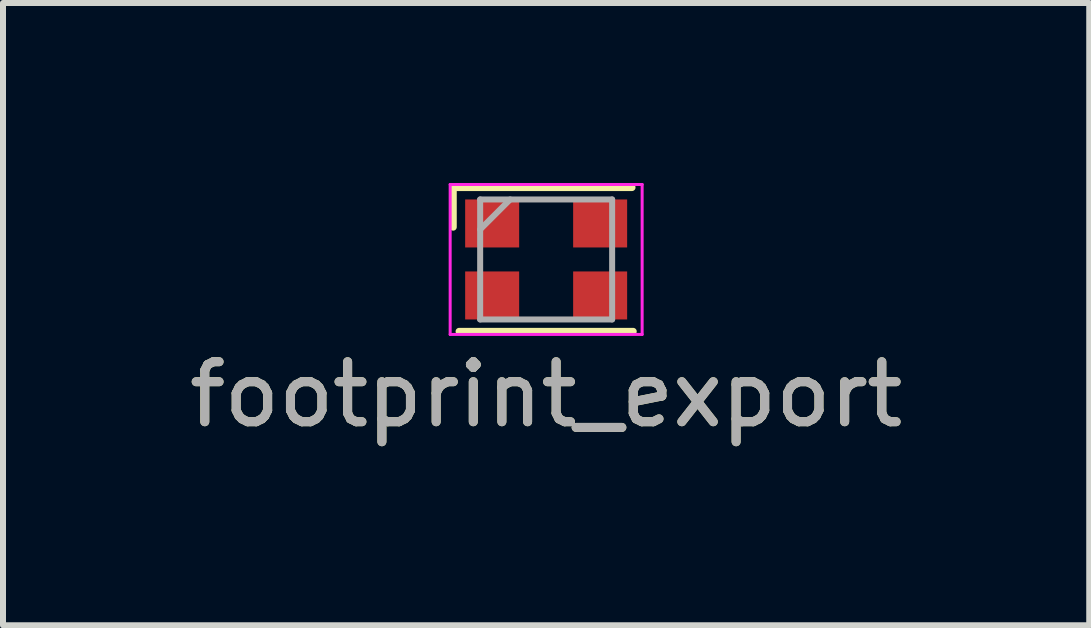
<source format=kicad_pcb>
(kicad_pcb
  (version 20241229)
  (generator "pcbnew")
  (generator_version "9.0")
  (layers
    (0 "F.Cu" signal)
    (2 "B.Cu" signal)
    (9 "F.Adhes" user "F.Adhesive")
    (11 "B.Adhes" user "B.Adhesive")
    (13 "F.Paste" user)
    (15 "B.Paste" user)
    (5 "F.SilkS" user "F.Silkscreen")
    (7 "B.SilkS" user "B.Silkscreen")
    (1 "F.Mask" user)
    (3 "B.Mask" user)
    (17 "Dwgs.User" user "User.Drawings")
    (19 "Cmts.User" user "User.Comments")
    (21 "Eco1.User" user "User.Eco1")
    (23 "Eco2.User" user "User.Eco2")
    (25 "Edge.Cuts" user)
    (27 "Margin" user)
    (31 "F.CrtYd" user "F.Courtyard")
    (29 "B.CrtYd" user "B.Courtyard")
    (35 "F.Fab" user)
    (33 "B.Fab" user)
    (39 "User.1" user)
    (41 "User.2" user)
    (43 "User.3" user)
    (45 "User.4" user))
  (footprint "footprint_export"
    (layer "F.Cu")
    (at 6.054 1.275)
    (property "Reference" "footprint_export" (at 0 2.25 0) (layer "F.SilkS") (effects (font (size 1 1) (thickness 0.15))))
    (attr smd)
    (fp_line (start -1.55 -1.2) (end -1.55 -0.54) (stroke (width 0.12) (type solid)) (layer "F.SilkS"))
    (fp_line (start -1.55 -1.2) (end 1.43 -1.2) (stroke (width 0.12) (type solid)) (layer "F.SilkS"))
    (fp_line (start -1.45 1.2) (end 1.45 1.2) (stroke (width 0.12) (type solid)) (layer "F.SilkS"))
    (fp_line (start -1.6 -1.25) (end -1.6 1.25) (stroke (width 0.05) (type solid)) (layer "F.CrtYd"))
    (fp_line (start -1.6 -1.25) (end 1.6 -1.25) (stroke (width 0.05) (type solid)) (layer "F.CrtYd"))
    (fp_line (start 1.6 1.25) (end -1.6 1.25) (stroke (width 0.05) (type solid)) (layer "F.CrtYd"))
    (fp_line (start 1.6 1.25) (end 1.6 -1.25) (stroke (width 0.05) (type solid)) (layer "F.CrtYd"))
    (fp_line (start -1.1 -1) (end -1.1 1) (stroke (width 0.1) (type solid)) (layer "F.Fab"))
    (fp_line (start -1.1 -0.5) (end -0.6 -1) (stroke (width 0.1) (type solid)) (layer "F.Fab"))
    (fp_line (start -1.1 1) (end 1.1 1) (stroke (width 0.1) (type solid)) (layer "F.Fab"))
    (fp_line (start 1.1 -1) (end -1.1 -1) (stroke (width 0.1) (type solid)) (layer "F.Fab"))
    (fp_line (start 1.1 1) (end 1.1 -1) (stroke (width 0.1) (type solid)) (layer "F.Fab"))
    (fp_text user "${REFERENCE}" (at 0 2.25 0) (layer "F.Fab") (effects (font (size 1 1) (thickness 0.15))))
    (pad "1" smd rect (at -0.9 -0.6) (size 0.9 0.8) (layers "F.Cu" "F.Mask" "F.Paste"))
    (pad "2" smd rect (at -0.9 0.6) (size 0.9 0.8) (layers "F.Cu" "F.Mask" "F.Paste"))
    (pad "3" smd rect (at 0.9 0.6) (size 0.9 0.8) (layers "F.Cu" "F.Mask" "F.Paste"))
    (pad "4" smd rect (at 0.9 -0.6) (size 0.9 0.8) (layers "F.Cu" "F.Mask" "F.Paste")))
  (gr_rect
    (start -3 -3)
    (end 15.107 7.373)
    (stroke (width 0.1) (type default))
    (fill no)
    (layer "Edge.Cuts")))
</source>
